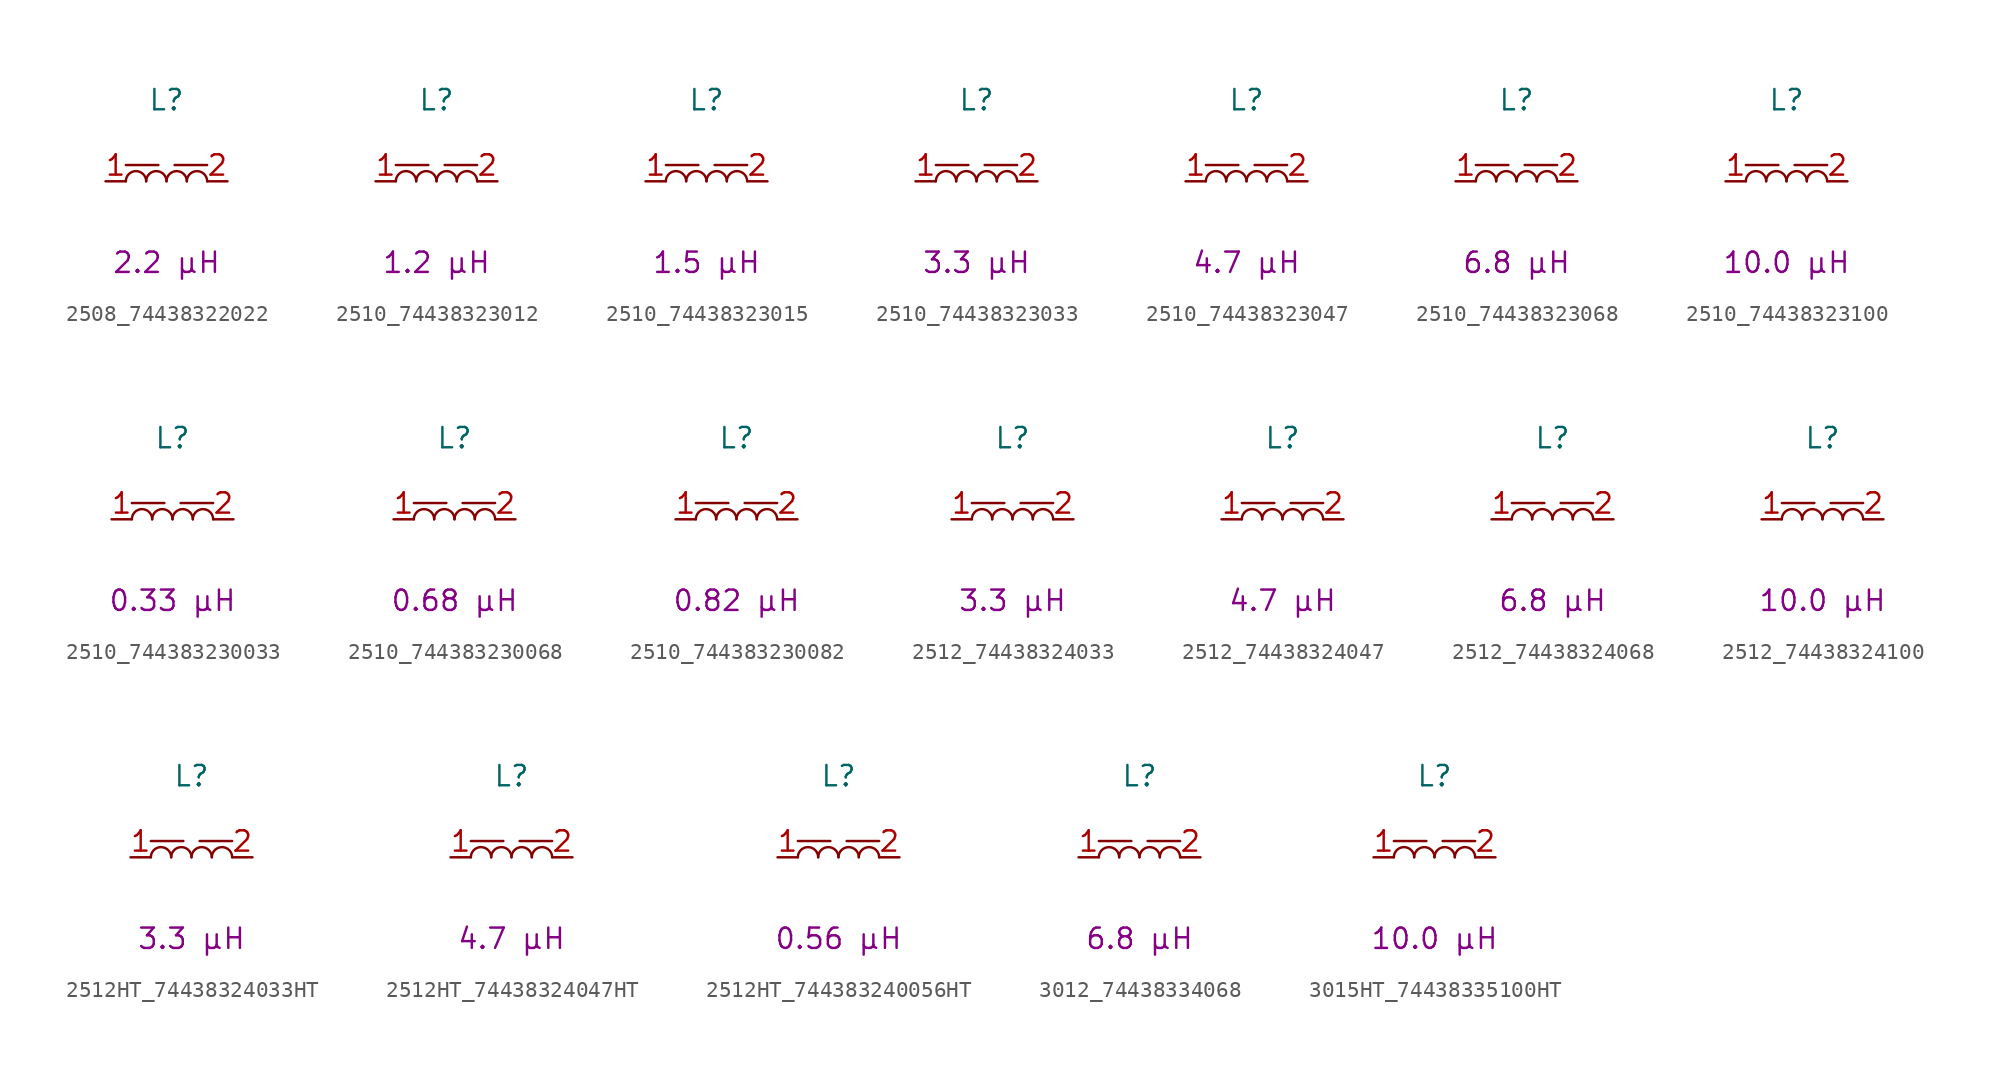
<source format=kicad_sym>
(kicad_symbol_lib
  (version 20241209)
  (generator "kicad_symbol_editor")
  (generator_version "9.0")
  (symbol "2508_74438322022"
    (pin_names
      (hide yes))
    (property "Reference" "L"
      (at 0 5.08 0)
      (effects (font (size 1.27 1.27))))
    (property "Critical Parameter" "2.2 µH"
      (at 0 -5.08 0)
      (effects (font (size 1.27 1.27))))
    (symbol "2508_74438322022_0_1"
      (polyline (pts (xy -2.54 1.016) (xy -0.508 1.016)) (stroke (width 0) (type default)) (fill (type none)))
      (arc (start -2.54 0) (mid -1.905 0.6323) (end -1.27 0) (stroke (width 0) (type default)) (fill (type none)))
      (arc (start -1.27 0) (mid -0.635 0.6323) (end 0 0) (stroke (width 0) (type default)) (fill (type none)))
      (arc (start 0 0) (mid 0.635 0.6323) (end 1.27 0) (stroke (width 0) (type default)) (fill (type none)))
      (arc (start 1.27 0) (mid 1.905 0.6323) (end 2.54 0) (stroke (width 0) (type default)) (fill (type none))))
    (symbol "2508_74438322022_1_1"
      (polyline (pts (xy 2.54 1.016) (xy 0.508 1.016)) (stroke (width 0) (type default)) (fill (type none)))
      (pin passive line (at -3.81 0 0) (length 1.27) (name "1" (effects (font (size 1.27 1.27)))) (number "1" (effects (font (size 1.27 1.27)))))
      (pin passive line (at 3.81 0 180) (length 1.27) (name "2" (effects (font (size 1.27 1.27)))) (number "2" (effects (font (size 1.27 1.27)))))))
  (symbol "2510_74438323012"
    (pin_names
      (hide yes))
    (property "Reference" "L"
      (at 0 5.08 0)
      (effects (font (size 1.27 1.27))))
    (property "Critical Parameter" "1.2 µH"
      (at 0 -5.08 0)
      (effects (font (size 1.27 1.27))))
    (symbol "2510_74438323012_0_1"
      (polyline (pts (xy -2.54 1.016) (xy -0.508 1.016)) (stroke (width 0) (type default)) (fill (type none)))
      (arc (start -2.54 0) (mid -1.905 0.6323) (end -1.27 0) (stroke (width 0) (type default)) (fill (type none)))
      (arc (start -1.27 0) (mid -0.635 0.6323) (end 0 0) (stroke (width 0) (type default)) (fill (type none)))
      (arc (start 0 0) (mid 0.635 0.6323) (end 1.27 0) (stroke (width 0) (type default)) (fill (type none)))
      (arc (start 1.27 0) (mid 1.905 0.6323) (end 2.54 0) (stroke (width 0) (type default)) (fill (type none))))
    (symbol "2510_74438323012_1_1"
      (polyline (pts (xy 2.54 1.016) (xy 0.508 1.016)) (stroke (width 0) (type default)) (fill (type none)))
      (pin passive line (at -3.81 0 0) (length 1.27) (name "1" (effects (font (size 1.27 1.27)))) (number "1" (effects (font (size 1.27 1.27)))))
      (pin passive line (at 3.81 0 180) (length 1.27) (name "2" (effects (font (size 1.27 1.27)))) (number "2" (effects (font (size 1.27 1.27)))))))
  (symbol "2510_74438323015"
    (pin_names
      (hide yes))
    (property "Reference" "L"
      (at 0 5.08 0)
      (effects (font (size 1.27 1.27))))
    (property "Critical Parameter" "1.5 µH"
      (at 0 -5.08 0)
      (effects (font (size 1.27 1.27))))
    (symbol "2510_74438323015_0_1"
      (polyline (pts (xy -2.54 1.016) (xy -0.508 1.016)) (stroke (width 0) (type default)) (fill (type none)))
      (arc (start -2.54 0) (mid -1.905 0.6323) (end -1.27 0) (stroke (width 0) (type default)) (fill (type none)))
      (arc (start -1.27 0) (mid -0.635 0.6323) (end 0 0) (stroke (width 0) (type default)) (fill (type none)))
      (arc (start 0 0) (mid 0.635 0.6323) (end 1.27 0) (stroke (width 0) (type default)) (fill (type none)))
      (arc (start 1.27 0) (mid 1.905 0.6323) (end 2.54 0) (stroke (width 0) (type default)) (fill (type none))))
    (symbol "2510_74438323015_1_1"
      (polyline (pts (xy 2.54 1.016) (xy 0.508 1.016)) (stroke (width 0) (type default)) (fill (type none)))
      (pin passive line (at -3.81 0 0) (length 1.27) (name "1" (effects (font (size 1.27 1.27)))) (number "1" (effects (font (size 1.27 1.27)))))
      (pin passive line (at 3.81 0 180) (length 1.27) (name "2" (effects (font (size 1.27 1.27)))) (number "2" (effects (font (size 1.27 1.27)))))))
  (symbol "2510_74438323033"
    (pin_names
      (hide yes))
    (property "Reference" "L"
      (at 0 5.08 0)
      (effects (font (size 1.27 1.27))))
    (property "Critical Parameter" "3.3 µH"
      (at 0 -5.08 0)
      (effects (font (size 1.27 1.27))))
    (symbol "2510_74438323033_0_1"
      (polyline (pts (xy -2.54 1.016) (xy -0.508 1.016)) (stroke (width 0) (type default)) (fill (type none)))
      (arc (start -2.54 0) (mid -1.905 0.6323) (end -1.27 0) (stroke (width 0) (type default)) (fill (type none)))
      (arc (start -1.27 0) (mid -0.635 0.6323) (end 0 0) (stroke (width 0) (type default)) (fill (type none)))
      (arc (start 0 0) (mid 0.635 0.6323) (end 1.27 0) (stroke (width 0) (type default)) (fill (type none)))
      (arc (start 1.27 0) (mid 1.905 0.6323) (end 2.54 0) (stroke (width 0) (type default)) (fill (type none))))
    (symbol "2510_74438323033_1_1"
      (polyline (pts (xy 2.54 1.016) (xy 0.508 1.016)) (stroke (width 0) (type default)) (fill (type none)))
      (pin passive line (at -3.81 0 0) (length 1.27) (name "1" (effects (font (size 1.27 1.27)))) (number "1" (effects (font (size 1.27 1.27)))))
      (pin passive line (at 3.81 0 180) (length 1.27) (name "2" (effects (font (size 1.27 1.27)))) (number "2" (effects (font (size 1.27 1.27)))))))
  (symbol "2510_74438323047"
    (pin_names
      (hide yes))
    (property "Reference" "L"
      (at 0 5.08 0)
      (effects (font (size 1.27 1.27))))
    (property "Critical Parameter" "4.7 µH"
      (at 0 -5.08 0)
      (effects (font (size 1.27 1.27))))
    (symbol "2510_74438323047_0_1"
      (polyline (pts (xy -2.54 1.016) (xy -0.508 1.016)) (stroke (width 0) (type default)) (fill (type none)))
      (arc (start -2.54 0) (mid -1.905 0.6323) (end -1.27 0) (stroke (width 0) (type default)) (fill (type none)))
      (arc (start -1.27 0) (mid -0.635 0.6323) (end 0 0) (stroke (width 0) (type default)) (fill (type none)))
      (arc (start 0 0) (mid 0.635 0.6323) (end 1.27 0) (stroke (width 0) (type default)) (fill (type none)))
      (arc (start 1.27 0) (mid 1.905 0.6323) (end 2.54 0) (stroke (width 0) (type default)) (fill (type none))))
    (symbol "2510_74438323047_1_1"
      (polyline (pts (xy 2.54 1.016) (xy 0.508 1.016)) (stroke (width 0) (type default)) (fill (type none)))
      (pin passive line (at -3.81 0 0) (length 1.27) (name "1" (effects (font (size 1.27 1.27)))) (number "1" (effects (font (size 1.27 1.27)))))
      (pin passive line (at 3.81 0 180) (length 1.27) (name "2" (effects (font (size 1.27 1.27)))) (number "2" (effects (font (size 1.27 1.27)))))))
  (symbol "2510_74438323068"
    (pin_names
      (hide yes))
    (property "Reference" "L"
      (at 0 5.08 0)
      (effects (font (size 1.27 1.27))))
    (property "Critical Parameter" "6.8 µH"
      (at 0 -5.08 0)
      (effects (font (size 1.27 1.27))))
    (symbol "2510_74438323068_0_1"
      (polyline (pts (xy -2.54 1.016) (xy -0.508 1.016)) (stroke (width 0) (type default)) (fill (type none)))
      (arc (start -2.54 0) (mid -1.905 0.6323) (end -1.27 0) (stroke (width 0) (type default)) (fill (type none)))
      (arc (start -1.27 0) (mid -0.635 0.6323) (end 0 0) (stroke (width 0) (type default)) (fill (type none)))
      (arc (start 0 0) (mid 0.635 0.6323) (end 1.27 0) (stroke (width 0) (type default)) (fill (type none)))
      (arc (start 1.27 0) (mid 1.905 0.6323) (end 2.54 0) (stroke (width 0) (type default)) (fill (type none))))
    (symbol "2510_74438323068_1_1"
      (polyline (pts (xy 2.54 1.016) (xy 0.508 1.016)) (stroke (width 0) (type default)) (fill (type none)))
      (pin passive line (at -3.81 0 0) (length 1.27) (name "1" (effects (font (size 1.27 1.27)))) (number "1" (effects (font (size 1.27 1.27)))))
      (pin passive line (at 3.81 0 180) (length 1.27) (name "2" (effects (font (size 1.27 1.27)))) (number "2" (effects (font (size 1.27 1.27)))))))
  (symbol "2510_74438323100"
    (pin_names
      (hide yes))
    (property "Reference" "L"
      (at 0 5.08 0)
      (effects (font (size 1.27 1.27))))
    (property "Critical Parameter" "10.0 µH"
      (at 0 -5.08 0)
      (effects (font (size 1.27 1.27))))
    (symbol "2510_74438323100_0_1"
      (polyline (pts (xy -2.54 1.016) (xy -0.508 1.016)) (stroke (width 0) (type default)) (fill (type none)))
      (arc (start -2.54 0) (mid -1.905 0.6323) (end -1.27 0) (stroke (width 0) (type default)) (fill (type none)))
      (arc (start -1.27 0) (mid -0.635 0.6323) (end 0 0) (stroke (width 0) (type default)) (fill (type none)))
      (arc (start 0 0) (mid 0.635 0.6323) (end 1.27 0) (stroke (width 0) (type default)) (fill (type none)))
      (arc (start 1.27 0) (mid 1.905 0.6323) (end 2.54 0) (stroke (width 0) (type default)) (fill (type none))))
    (symbol "2510_74438323100_1_1"
      (polyline (pts (xy 2.54 1.016) (xy 0.508 1.016)) (stroke (width 0) (type default)) (fill (type none)))
      (pin passive line (at -3.81 0 0) (length 1.27) (name "1" (effects (font (size 1.27 1.27)))) (number "1" (effects (font (size 1.27 1.27)))))
      (pin passive line (at 3.81 0 180) (length 1.27) (name "2" (effects (font (size 1.27 1.27)))) (number "2" (effects (font (size 1.27 1.27)))))))
  (symbol "2510_744383230033"
    (pin_names
      (hide yes))
    (property "Reference" "L"
      (at 0 5.08 0)
      (effects (font (size 1.27 1.27))))
    (property "Critical Parameter" "0.33 µH"
      (at 0 -5.08 0)
      (effects (font (size 1.27 1.27))))
    (symbol "2510_744383230033_0_1"
      (polyline (pts (xy -2.54 1.016) (xy -0.508 1.016)) (stroke (width 0) (type default)) (fill (type none)))
      (arc (start -2.54 0) (mid -1.905 0.6323) (end -1.27 0) (stroke (width 0) (type default)) (fill (type none)))
      (arc (start -1.27 0) (mid -0.635 0.6323) (end 0 0) (stroke (width 0) (type default)) (fill (type none)))
      (arc (start 0 0) (mid 0.635 0.6323) (end 1.27 0) (stroke (width 0) (type default)) (fill (type none)))
      (arc (start 1.27 0) (mid 1.905 0.6323) (end 2.54 0) (stroke (width 0) (type default)) (fill (type none))))
    (symbol "2510_744383230033_1_1"
      (polyline (pts (xy 2.54 1.016) (xy 0.508 1.016)) (stroke (width 0) (type default)) (fill (type none)))
      (pin passive line (at -3.81 0 0) (length 1.27) (name "1" (effects (font (size 1.27 1.27)))) (number "1" (effects (font (size 1.27 1.27)))))
      (pin passive line (at 3.81 0 180) (length 1.27) (name "2" (effects (font (size 1.27 1.27)))) (number "2" (effects (font (size 1.27 1.27)))))))
  (symbol "2510_744383230068"
    (pin_names
      (hide yes))
    (property "Reference" "L"
      (at 0 5.08 0)
      (effects (font (size 1.27 1.27))))
    (property "Critical Parameter" "0.68 µH"
      (at 0 -5.08 0)
      (effects (font (size 1.27 1.27))))
    (symbol "2510_744383230068_0_1"
      (polyline (pts (xy -2.54 1.016) (xy -0.508 1.016)) (stroke (width 0) (type default)) (fill (type none)))
      (arc (start -2.54 0) (mid -1.905 0.6323) (end -1.27 0) (stroke (width 0) (type default)) (fill (type none)))
      (arc (start -1.27 0) (mid -0.635 0.6323) (end 0 0) (stroke (width 0) (type default)) (fill (type none)))
      (arc (start 0 0) (mid 0.635 0.6323) (end 1.27 0) (stroke (width 0) (type default)) (fill (type none)))
      (arc (start 1.27 0) (mid 1.905 0.6323) (end 2.54 0) (stroke (width 0) (type default)) (fill (type none))))
    (symbol "2510_744383230068_1_1"
      (polyline (pts (xy 2.54 1.016) (xy 0.508 1.016)) (stroke (width 0) (type default)) (fill (type none)))
      (pin passive line (at -3.81 0 0) (length 1.27) (name "1" (effects (font (size 1.27 1.27)))) (number "1" (effects (font (size 1.27 1.27)))))
      (pin passive line (at 3.81 0 180) (length 1.27) (name "2" (effects (font (size 1.27 1.27)))) (number "2" (effects (font (size 1.27 1.27)))))))
  (symbol "2510_744383230082"
    (pin_names
      (hide yes))
    (property "Reference" "L"
      (at 0 5.08 0)
      (effects (font (size 1.27 1.27))))
    (property "Critical Parameter" "0.82 µH"
      (at 0 -5.08 0)
      (effects (font (size 1.27 1.27))))
    (symbol "2510_744383230082_0_1"
      (polyline (pts (xy -2.54 1.016) (xy -0.508 1.016)) (stroke (width 0) (type default)) (fill (type none)))
      (arc (start -2.54 0) (mid -1.905 0.6323) (end -1.27 0) (stroke (width 0) (type default)) (fill (type none)))
      (arc (start -1.27 0) (mid -0.635 0.6323) (end 0 0) (stroke (width 0) (type default)) (fill (type none)))
      (arc (start 0 0) (mid 0.635 0.6323) (end 1.27 0) (stroke (width 0) (type default)) (fill (type none)))
      (arc (start 1.27 0) (mid 1.905 0.6323) (end 2.54 0) (stroke (width 0) (type default)) (fill (type none))))
    (symbol "2510_744383230082_1_1"
      (polyline (pts (xy 2.54 1.016) (xy 0.508 1.016)) (stroke (width 0) (type default)) (fill (type none)))
      (pin passive line (at -3.81 0 0) (length 1.27) (name "1" (effects (font (size 1.27 1.27)))) (number "1" (effects (font (size 1.27 1.27)))))
      (pin passive line (at 3.81 0 180) (length 1.27) (name "2" (effects (font (size 1.27 1.27)))) (number "2" (effects (font (size 1.27 1.27)))))))
  (symbol "2512_74438324033"
    (pin_names
      (hide yes))
    (property "Reference" "L"
      (at 0 5.08 0)
      (effects (font (size 1.27 1.27))))
    (property "Critical Parameter" "3.3 µH"
      (at 0 -5.08 0)
      (effects (font (size 1.27 1.27))))
    (symbol "2512_74438324033_0_1"
      (polyline (pts (xy -2.54 1.016) (xy -0.508 1.016)) (stroke (width 0) (type default)) (fill (type none)))
      (arc (start -2.54 0) (mid -1.905 0.6323) (end -1.27 0) (stroke (width 0) (type default)) (fill (type none)))
      (arc (start -1.27 0) (mid -0.635 0.6323) (end 0 0) (stroke (width 0) (type default)) (fill (type none)))
      (arc (start 0 0) (mid 0.635 0.6323) (end 1.27 0) (stroke (width 0) (type default)) (fill (type none)))
      (arc (start 1.27 0) (mid 1.905 0.6323) (end 2.54 0) (stroke (width 0) (type default)) (fill (type none))))
    (symbol "2512_74438324033_1_1"
      (polyline (pts (xy 2.54 1.016) (xy 0.508 1.016)) (stroke (width 0) (type default)) (fill (type none)))
      (pin passive line (at -3.81 0 0) (length 1.27) (name "1" (effects (font (size 1.27 1.27)))) (number "1" (effects (font (size 1.27 1.27)))))
      (pin passive line (at 3.81 0 180) (length 1.27) (name "2" (effects (font (size 1.27 1.27)))) (number "2" (effects (font (size 1.27 1.27)))))))
  (symbol "2512_74438324047"
    (pin_names
      (hide yes))
    (property "Reference" "L"
      (at 0 5.08 0)
      (effects (font (size 1.27 1.27))))
    (property "Critical Parameter" "4.7 µH"
      (at 0 -5.08 0)
      (effects (font (size 1.27 1.27))))
    (symbol "2512_74438324047_0_1"
      (polyline (pts (xy -2.54 1.016) (xy -0.508 1.016)) (stroke (width 0) (type default)) (fill (type none)))
      (arc (start -2.54 0) (mid -1.905 0.6323) (end -1.27 0) (stroke (width 0) (type default)) (fill (type none)))
      (arc (start -1.27 0) (mid -0.635 0.6323) (end 0 0) (stroke (width 0) (type default)) (fill (type none)))
      (arc (start 0 0) (mid 0.635 0.6323) (end 1.27 0) (stroke (width 0) (type default)) (fill (type none)))
      (arc (start 1.27 0) (mid 1.905 0.6323) (end 2.54 0) (stroke (width 0) (type default)) (fill (type none))))
    (symbol "2512_74438324047_1_1"
      (polyline (pts (xy 2.54 1.016) (xy 0.508 1.016)) (stroke (width 0) (type default)) (fill (type none)))
      (pin passive line (at -3.81 0 0) (length 1.27) (name "1" (effects (font (size 1.27 1.27)))) (number "1" (effects (font (size 1.27 1.27)))))
      (pin passive line (at 3.81 0 180) (length 1.27) (name "2" (effects (font (size 1.27 1.27)))) (number "2" (effects (font (size 1.27 1.27)))))))
  (symbol "2512_74438324068"
    (pin_names
      (hide yes))
    (property "Reference" "L"
      (at 0 5.08 0)
      (effects (font (size 1.27 1.27))))
    (property "Critical Parameter" "6.8 µH"
      (at 0 -5.08 0)
      (effects (font (size 1.27 1.27))))
    (symbol "2512_74438324068_0_1"
      (polyline (pts (xy -2.54 1.016) (xy -0.508 1.016)) (stroke (width 0) (type default)) (fill (type none)))
      (arc (start -2.54 0) (mid -1.905 0.6323) (end -1.27 0) (stroke (width 0) (type default)) (fill (type none)))
      (arc (start -1.27 0) (mid -0.635 0.6323) (end 0 0) (stroke (width 0) (type default)) (fill (type none)))
      (arc (start 0 0) (mid 0.635 0.6323) (end 1.27 0) (stroke (width 0) (type default)) (fill (type none)))
      (arc (start 1.27 0) (mid 1.905 0.6323) (end 2.54 0) (stroke (width 0) (type default)) (fill (type none))))
    (symbol "2512_74438324068_1_1"
      (polyline (pts (xy 2.54 1.016) (xy 0.508 1.016)) (stroke (width 0) (type default)) (fill (type none)))
      (pin passive line (at -3.81 0 0) (length 1.27) (name "1" (effects (font (size 1.27 1.27)))) (number "1" (effects (font (size 1.27 1.27)))))
      (pin passive line (at 3.81 0 180) (length 1.27) (name "2" (effects (font (size 1.27 1.27)))) (number "2" (effects (font (size 1.27 1.27)))))))
  (symbol "2512_74438324100"
    (pin_names
      (hide yes))
    (property "Reference" "L"
      (at 0 5.08 0)
      (effects (font (size 1.27 1.27))))
    (property "Critical Parameter" "10.0 µH"
      (at 0 -5.08 0)
      (effects (font (size 1.27 1.27))))
    (symbol "2512_74438324100_0_1"
      (polyline (pts (xy -2.54 1.016) (xy -0.508 1.016)) (stroke (width 0) (type default)) (fill (type none)))
      (arc (start -2.54 0) (mid -1.905 0.6323) (end -1.27 0) (stroke (width 0) (type default)) (fill (type none)))
      (arc (start -1.27 0) (mid -0.635 0.6323) (end 0 0) (stroke (width 0) (type default)) (fill (type none)))
      (arc (start 0 0) (mid 0.635 0.6323) (end 1.27 0) (stroke (width 0) (type default)) (fill (type none)))
      (arc (start 1.27 0) (mid 1.905 0.6323) (end 2.54 0) (stroke (width 0) (type default)) (fill (type none))))
    (symbol "2512_74438324100_1_1"
      (polyline (pts (xy 2.54 1.016) (xy 0.508 1.016)) (stroke (width 0) (type default)) (fill (type none)))
      (pin passive line (at -3.81 0 0) (length 1.27) (name "1" (effects (font (size 1.27 1.27)))) (number "1" (effects (font (size 1.27 1.27)))))
      (pin passive line (at 3.81 0 180) (length 1.27) (name "2" (effects (font (size 1.27 1.27)))) (number "2" (effects (font (size 1.27 1.27)))))))
  (symbol "2512HT_74438324033HT"
    (pin_names
      (hide yes))
    (property "Reference" "L"
      (at 0 5.08 0)
      (effects (font (size 1.27 1.27))))
    (property "Critical Parameter" "3.3 µH"
      (at 0 -5.08 0)
      (effects (font (size 1.27 1.27))))
    (symbol "2512HT_74438324033HT_0_1"
      (polyline (pts (xy -2.54 1.016) (xy -0.508 1.016)) (stroke (width 0) (type default)) (fill (type none)))
      (arc (start -2.54 0) (mid -1.905 0.6323) (end -1.27 0) (stroke (width 0) (type default)) (fill (type none)))
      (arc (start -1.27 0) (mid -0.635 0.6323) (end 0 0) (stroke (width 0) (type default)) (fill (type none)))
      (arc (start 0 0) (mid 0.635 0.6323) (end 1.27 0) (stroke (width 0) (type default)) (fill (type none)))
      (arc (start 1.27 0) (mid 1.905 0.6323) (end 2.54 0) (stroke (width 0) (type default)) (fill (type none))))
    (symbol "2512HT_74438324033HT_1_1"
      (polyline (pts (xy 2.54 1.016) (xy 0.508 1.016)) (stroke (width 0) (type default)) (fill (type none)))
      (pin passive line (at -3.81 0 0) (length 1.27) (name "1" (effects (font (size 1.27 1.27)))) (number "1" (effects (font (size 1.27 1.27)))))
      (pin passive line (at 3.81 0 180) (length 1.27) (name "2" (effects (font (size 1.27 1.27)))) (number "2" (effects (font (size 1.27 1.27)))))))
  (symbol "2512HT_74438324047HT"
    (pin_names
      (hide yes))
    (property "Reference" "L"
      (at 0 5.08 0)
      (effects (font (size 1.27 1.27))))
    (property "Critical Parameter" "4.7 µH"
      (at 0 -5.08 0)
      (effects (font (size 1.27 1.27))))
    (symbol "2512HT_74438324047HT_0_1"
      (polyline (pts (xy -2.54 1.016) (xy -0.508 1.016)) (stroke (width 0) (type default)) (fill (type none)))
      (arc (start -2.54 0) (mid -1.905 0.6323) (end -1.27 0) (stroke (width 0) (type default)) (fill (type none)))
      (arc (start -1.27 0) (mid -0.635 0.6323) (end 0 0) (stroke (width 0) (type default)) (fill (type none)))
      (arc (start 0 0) (mid 0.635 0.6323) (end 1.27 0) (stroke (width 0) (type default)) (fill (type none)))
      (arc (start 1.27 0) (mid 1.905 0.6323) (end 2.54 0) (stroke (width 0) (type default)) (fill (type none))))
    (symbol "2512HT_74438324047HT_1_1"
      (polyline (pts (xy 2.54 1.016) (xy 0.508 1.016)) (stroke (width 0) (type default)) (fill (type none)))
      (pin passive line (at -3.81 0 0) (length 1.27) (name "1" (effects (font (size 1.27 1.27)))) (number "1" (effects (font (size 1.27 1.27)))))
      (pin passive line (at 3.81 0 180) (length 1.27) (name "2" (effects (font (size 1.27 1.27)))) (number "2" (effects (font (size 1.27 1.27)))))))
  (symbol "2512HT_744383240056HT"
    (pin_names
      (hide yes))
    (property "Reference" "L"
      (at 0 5.08 0)
      (effects (font (size 1.27 1.27))))
    (property "Critical Parameter" "0.56 µH"
      (at 0 -5.08 0)
      (effects (font (size 1.27 1.27))))
    (symbol "2512HT_744383240056HT_0_1"
      (polyline (pts (xy -2.54 1.016) (xy -0.508 1.016)) (stroke (width 0) (type default)) (fill (type none)))
      (arc (start -2.54 0) (mid -1.905 0.6323) (end -1.27 0) (stroke (width 0) (type default)) (fill (type none)))
      (arc (start -1.27 0) (mid -0.635 0.6323) (end 0 0) (stroke (width 0) (type default)) (fill (type none)))
      (arc (start 0 0) (mid 0.635 0.6323) (end 1.27 0) (stroke (width 0) (type default)) (fill (type none)))
      (arc (start 1.27 0) (mid 1.905 0.6323) (end 2.54 0) (stroke (width 0) (type default)) (fill (type none))))
    (symbol "2512HT_744383240056HT_1_1"
      (polyline (pts (xy 2.54 1.016) (xy 0.508 1.016)) (stroke (width 0) (type default)) (fill (type none)))
      (pin passive line (at -3.81 0 0) (length 1.27) (name "1" (effects (font (size 1.27 1.27)))) (number "1" (effects (font (size 1.27 1.27)))))
      (pin passive line (at 3.81 0 180) (length 1.27) (name "2" (effects (font (size 1.27 1.27)))) (number "2" (effects (font (size 1.27 1.27)))))))
  (symbol "3012_74438334068"
    (pin_names
      (hide yes))
    (property "Reference" "L"
      (at 0 5.08 0)
      (effects (font (size 1.27 1.27))))
    (property "Critical Parameter" "6.8 µH"
      (at 0 -5.08 0)
      (effects (font (size 1.27 1.27))))
    (symbol "3012_74438334068_0_1"
      (polyline (pts (xy -2.54 1.016) (xy -0.508 1.016)) (stroke (width 0) (type default)) (fill (type none)))
      (arc (start -2.54 0) (mid -1.905 0.6323) (end -1.27 0) (stroke (width 0) (type default)) (fill (type none)))
      (arc (start -1.27 0) (mid -0.635 0.6323) (end 0 0) (stroke (width 0) (type default)) (fill (type none)))
      (arc (start 0 0) (mid 0.635 0.6323) (end 1.27 0) (stroke (width 0) (type default)) (fill (type none)))
      (arc (start 1.27 0) (mid 1.905 0.6323) (end 2.54 0) (stroke (width 0) (type default)) (fill (type none))))
    (symbol "3012_74438334068_1_1"
      (polyline (pts (xy 2.54 1.016) (xy 0.508 1.016)) (stroke (width 0) (type default)) (fill (type none)))
      (pin passive line (at -3.81 0 0) (length 1.27) (name "1" (effects (font (size 1.27 1.27)))) (number "1" (effects (font (size 1.27 1.27)))))
      (pin passive line (at 3.81 0 180) (length 1.27) (name "2" (effects (font (size 1.27 1.27)))) (number "2" (effects (font (size 1.27 1.27)))))))
  (symbol "3015HT_74438335100HT"
    (pin_names
      (hide yes))
    (property "Reference" "L"
      (at 0 5.08 0)
      (effects (font (size 1.27 1.27))))
    (property "Critical Parameter" "10.0 µH"
      (at 0 -5.08 0)
      (effects (font (size 1.27 1.27))))
    (symbol "3015HT_74438335100HT_0_1"
      (polyline (pts (xy -2.54 1.016) (xy -0.508 1.016)) (stroke (width 0) (type default)) (fill (type none)))
      (arc (start -2.54 0) (mid -1.905 0.6323) (end -1.27 0) (stroke (width 0) (type default)) (fill (type none)))
      (arc (start -1.27 0) (mid -0.635 0.6323) (end 0 0) (stroke (width 0) (type default)) (fill (type none)))
      (arc (start 0 0) (mid 0.635 0.6323) (end 1.27 0) (stroke (width 0) (type default)) (fill (type none)))
      (arc (start 1.27 0) (mid 1.905 0.6323) (end 2.54 0) (stroke (width 0) (type default)) (fill (type none))))
    (symbol "3015HT_74438335100HT_1_1"
      (polyline (pts (xy 2.54 1.016) (xy 0.508 1.016)) (stroke (width 0) (type default)) (fill (type none)))
      (pin passive line (at -3.81 0 0) (length 1.27) (name "1" (effects (font (size 1.27 1.27)))) (number "1" (effects (font (size 1.27 1.27)))))
      (pin passive line (at 3.81 0 180) (length 1.27) (name "2" (effects (font (size 1.27 1.27)))) (number "2" (effects (font (size 1.27 1.27))))))))
</source>
